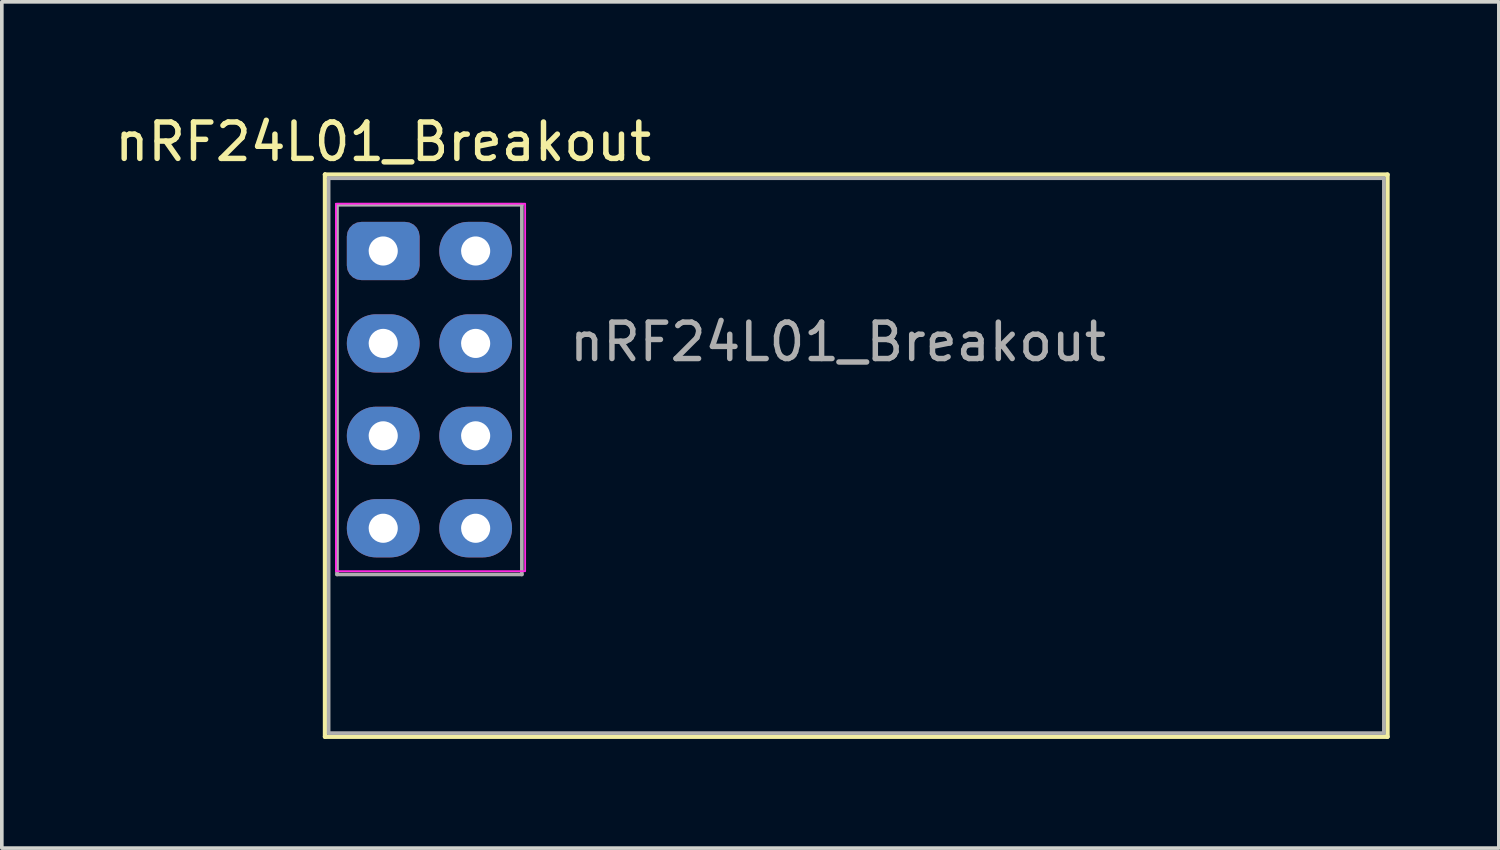
<source format=kicad_pcb>
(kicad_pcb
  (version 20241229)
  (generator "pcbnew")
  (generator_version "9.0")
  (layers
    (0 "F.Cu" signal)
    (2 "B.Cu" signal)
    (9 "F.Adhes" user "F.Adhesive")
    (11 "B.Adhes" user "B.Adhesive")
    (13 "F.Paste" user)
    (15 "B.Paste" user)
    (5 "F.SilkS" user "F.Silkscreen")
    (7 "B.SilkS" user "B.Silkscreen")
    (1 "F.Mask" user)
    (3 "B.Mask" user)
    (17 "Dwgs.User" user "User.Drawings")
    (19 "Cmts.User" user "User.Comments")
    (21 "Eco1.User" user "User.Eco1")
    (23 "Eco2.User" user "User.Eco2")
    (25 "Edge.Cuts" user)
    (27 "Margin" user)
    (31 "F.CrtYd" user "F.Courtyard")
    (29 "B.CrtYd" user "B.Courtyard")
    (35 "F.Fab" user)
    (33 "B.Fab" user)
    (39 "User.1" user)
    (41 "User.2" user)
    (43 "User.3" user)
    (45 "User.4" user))
  (footprint "nRF24L01_Breakout"
    (layer "F.Cu")
    (at 7.482 3.848)
    (property "Reference" "nRF24L01_Breakout" (at 0 -3 0) (layer "F.SilkS") (effects (font (size 1 1) (thickness 0.15))))
    (attr through_hole)
    (fp_line (start -1.6 -2.1) (end -1.6 -2.1) (stroke (width 0.12) (type solid)) (layer "F.SilkS"))
    (fp_line (start -1.6 -2.1) (end 27.6 -2.1) (stroke (width 0.12) (type solid)) (layer "F.SilkS"))
    (fp_line (start -1.6 13.35) (end -1.6 -2.1) (stroke (width 0.12) (type solid)) (layer "F.SilkS"))
    (fp_line (start 27.6 -2.1) (end 27.6 13.35) (stroke (width 0.12) (type solid)) (layer "F.SilkS"))
    (fp_line (start 27.6 13.35) (end -1.6 13.35) (stroke (width 0.12) (type solid)) (layer "F.SilkS"))
    (fp_rect (start -1.3 -1.3) (end 3.9 8.8) (stroke (width 0.05) (type solid)) (fill no) (layer "F.CrtYd"))
    (fp_line (start -1.5 -2) (end -1.5 -2) (stroke (width 0.1) (type solid)) (layer "F.Fab"))
    (fp_line (start -1.5 -2) (end 27.5 -2) (stroke (width 0.1) (type solid)) (layer "F.Fab"))
    (fp_line (start -1.5 13.25) (end -1.5 -2) (stroke (width 0.1) (type solid)) (layer "F.Fab"))
    (fp_line (start -1.27 -1.27) (end -1.27 -1.27) (stroke (width 0.1) (type solid)) (layer "F.Fab"))
    (fp_line (start -1.27 -1.27) (end 3.81 -1.27) (stroke (width 0.1) (type solid)) (layer "F.Fab"))
    (fp_line (start -1.27 8.89) (end -1.27 -1.27) (stroke (width 0.1) (type solid)) (layer "F.Fab"))
    (fp_line (start 3.81 -1.27) (end 3.81 8.89) (stroke (width 0.1) (type solid)) (layer "F.Fab"))
    (fp_line (start 3.81 8.89) (end -1.27 8.89) (stroke (width 0.1) (type solid)) (layer "F.Fab"))
    (fp_line (start 27.5 -2) (end 27.5 13.25) (stroke (width 0.1) (type solid)) (layer "F.Fab"))
    (fp_line (start 27.5 13.25) (end -1.5 13.25) (stroke (width 0.1) (type solid)) (layer "F.Fab"))
    (fp_text user "${REFERENCE}" (at 12.5 2.5 0) (layer "F.Fab") (effects (font (size 1 1) (thickness 0.15))))
    (pad "1" thru_hole roundrect (at 0 0) (size 2 1.6) (drill 0.8) (layers "*.Cu" "*.Mask") (roundrect_rratio 0.25))
    (pad "2" thru_hole oval (at 2.54 0) (size 2 1.6) (drill 0.8) (layers "*.Cu" "*.Mask"))
    (pad "3" thru_hole oval (at 0 2.54) (size 2 1.6) (drill 0.8) (layers "*.Cu" "*.Mask"))
    (pad "4" thru_hole oval (at 2.54 2.54) (size 2 1.6) (drill 0.8) (layers "*.Cu" "*.Mask"))
    (pad "5" thru_hole oval (at 0 5.08) (size 2 1.6) (drill 0.8) (layers "*.Cu" "*.Mask"))
    (pad "6" thru_hole oval (at 2.54 5.08) (size 2 1.6) (drill 0.8) (layers "*.Cu" "*.Mask"))
    (pad "7" thru_hole oval (at 0 7.62) (size 2 1.6) (drill 0.8) (layers "*.Cu" "*.Mask"))
    (pad "8" thru_hole oval (at 2.54 7.62) (size 2 1.6) (drill 0.8) (layers "*.Cu" "*.Mask")))
  (gr_rect
    (start -3 -3)
    (end 38.142 20.258)
    (stroke (width 0.1) (type default))
    (fill no)
    (layer "Edge.Cuts")))
</source>
